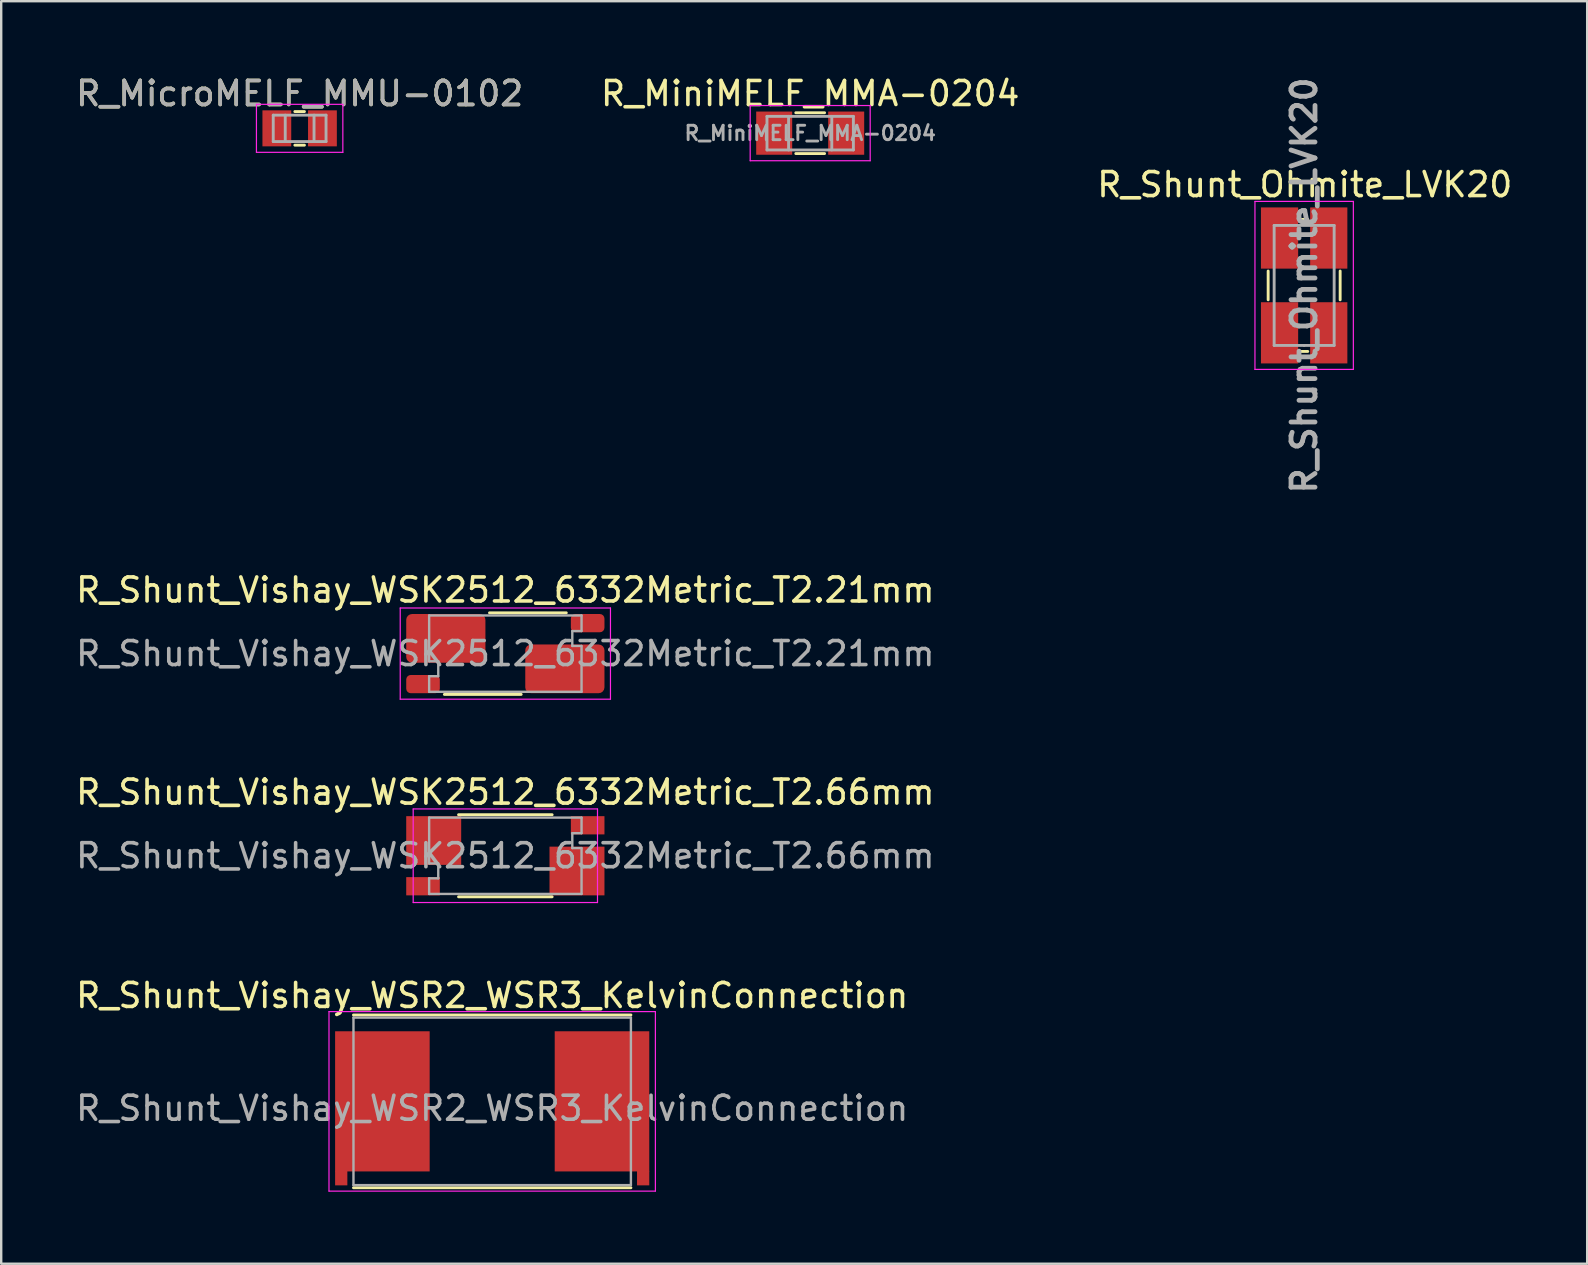
<source format=kicad_pcb>
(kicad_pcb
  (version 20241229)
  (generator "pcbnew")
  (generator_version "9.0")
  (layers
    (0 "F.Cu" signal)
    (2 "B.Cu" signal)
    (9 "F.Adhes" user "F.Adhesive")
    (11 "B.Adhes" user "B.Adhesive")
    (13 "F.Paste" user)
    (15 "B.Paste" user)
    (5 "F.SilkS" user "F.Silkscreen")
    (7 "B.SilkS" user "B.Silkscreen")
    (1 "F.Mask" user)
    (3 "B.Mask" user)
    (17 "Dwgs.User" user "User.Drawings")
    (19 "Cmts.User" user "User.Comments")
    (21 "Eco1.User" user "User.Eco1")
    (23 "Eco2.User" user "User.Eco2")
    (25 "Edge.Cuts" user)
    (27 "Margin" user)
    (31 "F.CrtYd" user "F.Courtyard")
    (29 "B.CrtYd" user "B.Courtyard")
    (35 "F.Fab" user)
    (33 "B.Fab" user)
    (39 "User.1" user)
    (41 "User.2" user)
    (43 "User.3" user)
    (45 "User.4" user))
  (footprint "R_Shunt_Vishay_WSR2_WSR3_KelvinConnection"
    (layer "F.Cu")
    (at 17.458 43.13)
    (property "Reference" "R_Shunt_Vishay_WSR2_WSR3_KelvinConnection" (at 0 -4.7 0) (layer "F.SilkS") (effects (font (size 1 1) (thickness 0.15))))
    (attr smd)
    (fp_line (start -5.78 -3.89) (end 5.78 -3.89) (stroke (width 0.12) (type solid)) (layer "F.SilkS"))
    (fp_line (start -5.78 3.31) (end 5.78 3.31) (stroke (width 0.12) (type solid)) (layer "F.SilkS"))
    (fp_line (start -6.8 -4.03) (end -6.8 3.45) (stroke (width 0.05) (type solid)) (layer "F.CrtYd"))
    (fp_line (start -6.8 -4.03) (end 6.8 -4.03) (stroke (width 0.05) (type solid)) (layer "F.CrtYd"))
    (fp_line (start -6.8 3.45) (end 6.8 3.45) (stroke (width 0.05) (type solid)) (layer "F.CrtYd"))
    (fp_line (start 6.8 -4.03) (end 6.8 3.45) (stroke (width 0.05) (type solid)) (layer "F.CrtYd"))
    (fp_line (start -5.78 -3.78) (end -5.78 3.2) (stroke (width 0.1) (type solid)) (layer "F.Fab"))
    (fp_line (start -5.78 -3.78) (end 5.78 -3.78) (stroke (width 0.1) (type solid)) (layer "F.Fab"))
    (fp_line (start -5.78 3.2) (end 5.78 3.2) (stroke (width 0.1) (type solid)) (layer "F.Fab"))
    (fp_line (start 5.78 -3.78) (end 5.78 3.2) (stroke (width 0.1) (type solid)) (layer "F.Fab"))
    (fp_text user "${REFERENCE}" (at 0 0 0) (layer "F.Fab") (effects (font (size 1 1) (thickness 0.15))))
    (pad "1" smd rect (at -6.29 2.91) (size 0.51 0.6) (layers "F.Cu" "F.Mask" "F.Paste"))
    (pad "1" smd rect (at -4.575 -0.29) (size 3.94 5.84) (layers "F.Cu" "F.Mask" "F.Paste"))
    (pad "2" smd rect (at 4.575 -0.29) (size 3.94 5.84) (layers "F.Cu" "F.Mask" "F.Paste"))
    (pad "2" smd rect (at 6.29 2.91) (size 0.51 0.6) (layers "F.Cu" "F.Mask" "F.Paste")))
  (footprint "R_MiniMELF_MMA-0204"
    (layer "F.Cu")
    (at 30.708 2.498)
    (property "Reference" "R_MiniMELF_MMA-0204" (at 0 -1.65 0) (layer "F.SilkS") (effects (font (size 1 1) (thickness 0.15))))
    (attr smd)
    (fp_line (start -0.6 -0.85) (end 0.6 -0.85) (stroke (width 0.12) (type solid)) (layer "F.SilkS"))
    (fp_line (start 0.6 0.85) (end -0.6 0.85) (stroke (width 0.12) (type solid)) (layer "F.SilkS"))
    (fp_line (start -2.5 -1.15) (end -2.5 1.15) (stroke (width 0.05) (type solid)) (layer "F.CrtYd"))
    (fp_line (start -2.5 -1.15) (end 2.5 -1.15) (stroke (width 0.05) (type solid)) (layer "F.CrtYd"))
    (fp_line (start 2.5 1.15) (end -2.5 1.15) (stroke (width 0.05) (type solid)) (layer "F.CrtYd"))
    (fp_line (start 2.5 1.15) (end 2.5 -1.15) (stroke (width 0.05) (type solid)) (layer "F.CrtYd"))
    (fp_line (start -1.8 -0.7) (end -1.8 0.7) (stroke (width 0.12) (type solid)) (layer "F.Fab"))
    (fp_line (start -1.8 0.7) (end 1.8 0.7) (stroke (width 0.12) (type solid)) (layer "F.Fab"))
    (fp_line (start -0.9 -0.7) (end -0.9 0.7) (stroke (width 0.12) (type solid)) (layer "F.Fab"))
    (fp_line (start 0.9 0.7) (end 0.9 -0.7) (stroke (width 0.12) (type solid)) (layer "F.Fab"))
    (fp_line (start 1.8 -0.7) (end -1.8 -0.7) (stroke (width 0.12) (type solid)) (layer "F.Fab"))
    (fp_line (start 1.8 0.7) (end 1.8 -0.7) (stroke (width 0.12) (type solid)) (layer "F.Fab"))
    (fp_text user "${REFERENCE}" (at 0 0 0) (layer "F.Fab") (effects (font (size 0.6 0.6) (thickness 0.12))))
    (pad "1" smd rect (at -1.5 0) (size 1.5 1.8) (layers "F.Cu" "F.Mask" "F.Paste"))
    (pad "2" smd rect (at 1.5 0) (size 1.5 1.8) (layers "F.Cu" "F.Mask" "F.Paste")))
  (footprint "R_Shunt_Ohmite_LVK20"
    (layer "F.Cu")
    (at 51.29 8.843)
    (property "Reference" "R_Shunt_Ohmite_LVK20" (at 0.025 -4.2 0) (layer "F.SilkS") (effects (font (size 1 1) (thickness 0.15))))
    (attr smd)
    (fp_line (start -1.5 0.6) (end -1.5 -0.6) (stroke (width 0.12) (type solid)) (layer "F.SilkS"))
    (fp_line (start 0.15 -2.75) (end -0.15 -2.75) (stroke (width 0.12) (type solid)) (layer "F.SilkS"))
    (fp_line (start 0.15 2.75) (end -0.15 2.75) (stroke (width 0.12) (type solid)) (layer "F.SilkS"))
    (fp_line (start 1.5 -0.6) (end 1.5 0.6) (stroke (width 0.12) (type solid)) (layer "F.SilkS"))
    (fp_line (start -2.05 -3.5) (end 2.05 -3.5) (stroke (width 0.05) (type solid)) (layer "F.CrtYd"))
    (fp_line (start -2.05 3.5) (end -2.05 -3.5) (stroke (width 0.05) (type solid)) (layer "F.CrtYd"))
    (fp_line (start 2.05 -3.5) (end 2.05 3.5) (stroke (width 0.05) (type solid)) (layer "F.CrtYd"))
    (fp_line (start 2.05 3.5) (end -2.05 3.5) (stroke (width 0.05) (type solid)) (layer "F.CrtYd"))
    (fp_line (start -1.25 -2.5) (end 1.25 -2.5) (stroke (width 0.12) (type solid)) (layer "F.Fab"))
    (fp_line (start -1.25 2.5) (end -1.25 -2.5) (stroke (width 0.12) (type solid)) (layer "F.Fab"))
    (fp_line (start 0 2.5) (end -1.25 2.5) (stroke (width 0.12) (type solid)) (layer "F.Fab"))
    (fp_line (start 1.25 -2.5) (end 1.25 2.5) (stroke (width 0.12) (type solid)) (layer "F.Fab"))
    (fp_line (start 1.25 2.5) (end 0 2.5) (stroke (width 0.12) (type solid)) (layer "F.Fab"))
    (fp_text user "${REFERENCE}" (at 0 0 90) (layer "F.Fab") (effects (font (size 1 1) (thickness 0.2))))
    (pad "1" smd rect (at -1.025 -1.975) (size 1.55 2.55) (layers "F.Cu" "F.Mask" "F.Paste"))
    (pad "2" smd rect (at 1.025 -1.975) (size 1.55 2.55) (layers "F.Cu" "F.Mask" "F.Paste"))
    (pad "3" smd rect (at -1.025 1.975) (size 1.55 2.55) (layers "F.Cu" "F.Mask" "F.Paste"))
    (pad "4" smd rect (at 1.025 1.975) (size 1.55 2.55) (layers "F.Cu" "F.Mask" "F.Paste")))
  (footprint "R_Shunt_Vishay_WSK2512_6332Metric_T2.66mm"
    (layer "F.Cu")
    (at 18.006 32.607)
    (property "Reference" "R_Shunt_Vishay_WSK2512_6332Metric_T2.66mm" (at 0 -2.65 0) (layer "F.SilkS") (effects (font (size 1 1) (thickness 0.15))))
    (attr smd)
    (fp_line (start -1.95 -1.71) (end 1.95 -1.71) (stroke (width 0.12) (type solid)) (layer "F.SilkS"))
    (fp_line (start -1.95 1.71) (end 1.95 1.71) (stroke (width 0.12) (type solid)) (layer "F.SilkS"))
    (fp_line (start -3.84 -1.95) (end 3.84 -1.95) (stroke (width 0.05) (type solid)) (layer "F.CrtYd"))
    (fp_line (start -3.84 1.95) (end -3.84 -1.95) (stroke (width 0.05) (type solid)) (layer "F.CrtYd"))
    (fp_line (start 3.84 -1.95) (end 3.84 1.95) (stroke (width 0.05) (type solid)) (layer "F.CrtYd"))
    (fp_line (start 3.84 1.95) (end -3.84 1.95) (stroke (width 0.05) (type solid)) (layer "F.CrtYd"))
    (fp_line (start -3.175 -1.59) (end 3.175 -1.59) (stroke (width 0.1) (type solid)) (layer "F.Fab"))
    (fp_line (start -3.175 0.32) (end -3.175 -1.59) (stroke (width 0.1) (type solid)) (layer "F.Fab"))
    (fp_line (start -3.175 0.32) (end -2.795 0.32) (stroke (width 0.1) (type solid)) (layer "F.Fab"))
    (fp_line (start -3.175 0.94) (end -3.175 1.59) (stroke (width 0.1) (type solid)) (layer "F.Fab"))
    (fp_line (start -3.175 0.94) (end -2.795 0.94) (stroke (width 0.1) (type solid)) (layer "F.Fab"))
    (fp_line (start -2.795 0.941) (end -2.795 0.32) (stroke (width 0.1) (type solid)) (layer "F.Fab"))
    (fp_line (start 2.79 -0.94) (end 3.17 -0.94) (stroke (width 0.1) (type solid)) (layer "F.Fab"))
    (fp_line (start 2.79 -0.32) (end 3.17 -0.32) (stroke (width 0.1) (type solid)) (layer "F.Fab"))
    (fp_line (start 2.79 -0.32) (end 2.79 -0.94) (stroke (width 0.1) (type solid)) (layer "F.Fab"))
    (fp_line (start 3.175 -0.94) (end 3.175 -1.59) (stroke (width 0.1) (type solid)) (layer "F.Fab"))
    (fp_line (start 3.175 -0.32) (end 3.175 1.59) (stroke (width 0.1) (type solid)) (layer "F.Fab"))
    (fp_line (start 3.175 1.59) (end -3.175 1.59) (stroke (width 0.1) (type solid)) (layer "F.Fab"))
    (fp_text user "${REFERENCE}" (at 0 0 0) (layer "F.Fab") (effects (font (size 1 1) (thickness 0.15))))
    (pad "1" smd rect (at -2.985 -0.635) (size 2.29 2.03) (layers "F.Cu" "F.Mask" "F.Paste"))
    (pad "2" smd rect (at -3.43 1.27) (size 1.4 0.76) (layers "F.Cu" "F.Mask" "F.Paste"))
    (pad "3" smd rect (at 3.43 -1.27) (size 1.4 0.76) (layers "F.Cu" "F.Mask" "F.Paste"))
    (pad "4" smd rect (at 2.985 0.635) (size 2.29 2.03) (layers "F.Cu" "F.Mask" "F.Paste")))
  (footprint "R_MicroMELF_MMU-0102"
    (layer "F.Cu")
    (at 9.435 2.298)
    (property "Reference" "R_MicroMELF_MMU-0102" (at 0 -1.45 0) (layer "F.SilkS") (effects (font (size 1 1) (thickness 0.15))))
    (attr smd)
    (fp_line (start -0.2 -0.7) (end 0.2 -0.7) (stroke (width 0.12) (type solid)) (layer "F.SilkS"))
    (fp_line (start 0.2 0.7) (end -0.2 0.7) (stroke (width 0.12) (type solid)) (layer "F.SilkS"))
    (fp_line (start -1.8 -1) (end -1.8 1) (stroke (width 0.05) (type solid)) (layer "F.CrtYd"))
    (fp_line (start -1.8 -1) (end 1.8 -1) (stroke (width 0.05) (type solid)) (layer "F.CrtYd"))
    (fp_line (start 1.8 1) (end -1.8 1) (stroke (width 0.05) (type solid)) (layer "F.CrtYd"))
    (fp_line (start 1.8 1) (end 1.8 -1) (stroke (width 0.05) (type solid)) (layer "F.CrtYd"))
    (fp_line (start -1.1 -0.55) (end 1.1 -0.55) (stroke (width 0.12) (type solid)) (layer "F.Fab"))
    (fp_line (start -1.1 0.55) (end -1.1 -0.55) (stroke (width 0.12) (type solid)) (layer "F.Fab"))
    (fp_line (start -0.6 -0.55) (end -0.6 0.55) (stroke (width 0.12) (type solid)) (layer "F.Fab"))
    (fp_line (start 0.6 -0.55) (end 0.6 0.55) (stroke (width 0.12) (type solid)) (layer "F.Fab"))
    (fp_line (start 1.1 -0.55) (end 1.1 0.55) (stroke (width 0.12) (type solid)) (layer "F.Fab"))
    (fp_line (start 1.1 0.55) (end -1.1 0.55) (stroke (width 0.12) (type solid)) (layer "F.Fab"))
    (fp_text user "${REFERENCE}" (at 0 -1.45 0) (layer "F.Fab") (effects (font (size 1 1) (thickness 0.15))))
    (pad "1" smd rect (at -0.95 0) (size 1.2 1.5) (layers "F.Cu" "F.Mask" "F.Paste"))
    (pad "2" smd rect (at 0.95 0) (size 1.2 1.5) (layers "F.Cu" "F.Mask" "F.Paste")))
  (footprint "R_Shunt_Vishay_WSK2512_6332Metric_T2.21mm"
    (layer "F.Cu")
    (at 18.006 24.184)
    (property "Reference" "R_Shunt_Vishay_WSK2512_6332Metric_T2.21mm" (at 0 -2.65 0) (layer "F.SilkS") (effects (font (size 1 1) (thickness 0.15))))
    (attr smd)
    (fp_line (start -2.54 1.7) (end 0.66 1.7) (stroke (width 0.12) (type solid)) (layer "F.SilkS"))
    (fp_line (start -0.66 -1.7) (end 2.54 -1.7) (stroke (width 0.12) (type solid)) (layer "F.SilkS"))
    (fp_line (start -4.38 -1.9) (end 4.38 -1.9) (stroke (width 0.05) (type solid)) (layer "F.CrtYd"))
    (fp_line (start -4.38 1.9) (end -4.38 -1.9) (stroke (width 0.05) (type solid)) (layer "F.CrtYd"))
    (fp_line (start 4.38 -1.9) (end 4.38 1.9) (stroke (width 0.05) (type solid)) (layer "F.CrtYd"))
    (fp_line (start 4.38 1.9) (end -4.38 1.9) (stroke (width 0.05) (type solid)) (layer "F.CrtYd"))
    (fp_line (start -3.175 -1.59) (end 3.175 -1.59) (stroke (width 0.1) (type solid)) (layer "F.Fab"))
    (fp_line (start -3.175 0.32) (end -3.175 -1.59) (stroke (width 0.1) (type solid)) (layer "F.Fab"))
    (fp_line (start -3.175 0.32) (end -2.795 0.32) (stroke (width 0.1) (type solid)) (layer "F.Fab"))
    (fp_line (start -3.175 0.94) (end -3.175 1.59) (stroke (width 0.1) (type solid)) (layer "F.Fab"))
    (fp_line (start -3.175 0.94) (end -2.795 0.94) (stroke (width 0.1) (type solid)) (layer "F.Fab"))
    (fp_line (start -2.795 0.941) (end -2.795 0.32) (stroke (width 0.1) (type solid)) (layer "F.Fab"))
    (fp_line (start 2.79 -0.94) (end 3.17 -0.94) (stroke (width 0.1) (type solid)) (layer "F.Fab"))
    (fp_line (start 2.79 -0.32) (end 3.17 -0.32) (stroke (width 0.1) (type solid)) (layer "F.Fab"))
    (fp_line (start 2.79 -0.32) (end 2.79 -0.94) (stroke (width 0.1) (type solid)) (layer "F.Fab"))
    (fp_line (start 3.175 -0.94) (end 3.175 -1.59) (stroke (width 0.1) (type solid)) (layer "F.Fab"))
    (fp_line (start 3.175 -0.32) (end 3.175 1.59) (stroke (width 0.1) (type solid)) (layer "F.Fab"))
    (fp_line (start 3.175 1.59) (end -3.175 1.59) (stroke (width 0.1) (type solid)) (layer "F.Fab"))
    (fp_text user "${REFERENCE}" (at 0 0 0) (layer "F.Fab") (effects (font (size 1 1) (thickness 0.15))))
    (pad "1" smd roundrect (at -2.48 -0.635) (size 3.3 2.03) (layers "F.Cu" "F.Mask" "F.Paste") (roundrect_rratio 0.12))
    (pad "2" smd roundrect (at -3.43 1.27) (size 1.4 0.76) (layers "F.Cu" "F.Mask" "F.Paste") (roundrect_rratio 0.25))
    (pad "3" smd roundrect (at 3.43 -1.27) (size 1.4 0.76) (layers "F.Cu" "F.Mask" "F.Paste") (roundrect_rratio 0.25))
    (pad "4" smd roundrect (at 2.48 0.635) (size 3.3 2.03) (layers "F.Cu" "F.Mask" "F.Paste") (roundrect_rratio 0.12)))
  (gr_rect
    (start -3 -3)
    (end 63.083 49.605)
    (stroke (width 0.1) (type default))
    (fill no)
    (layer "Edge.Cuts")))
</source>
